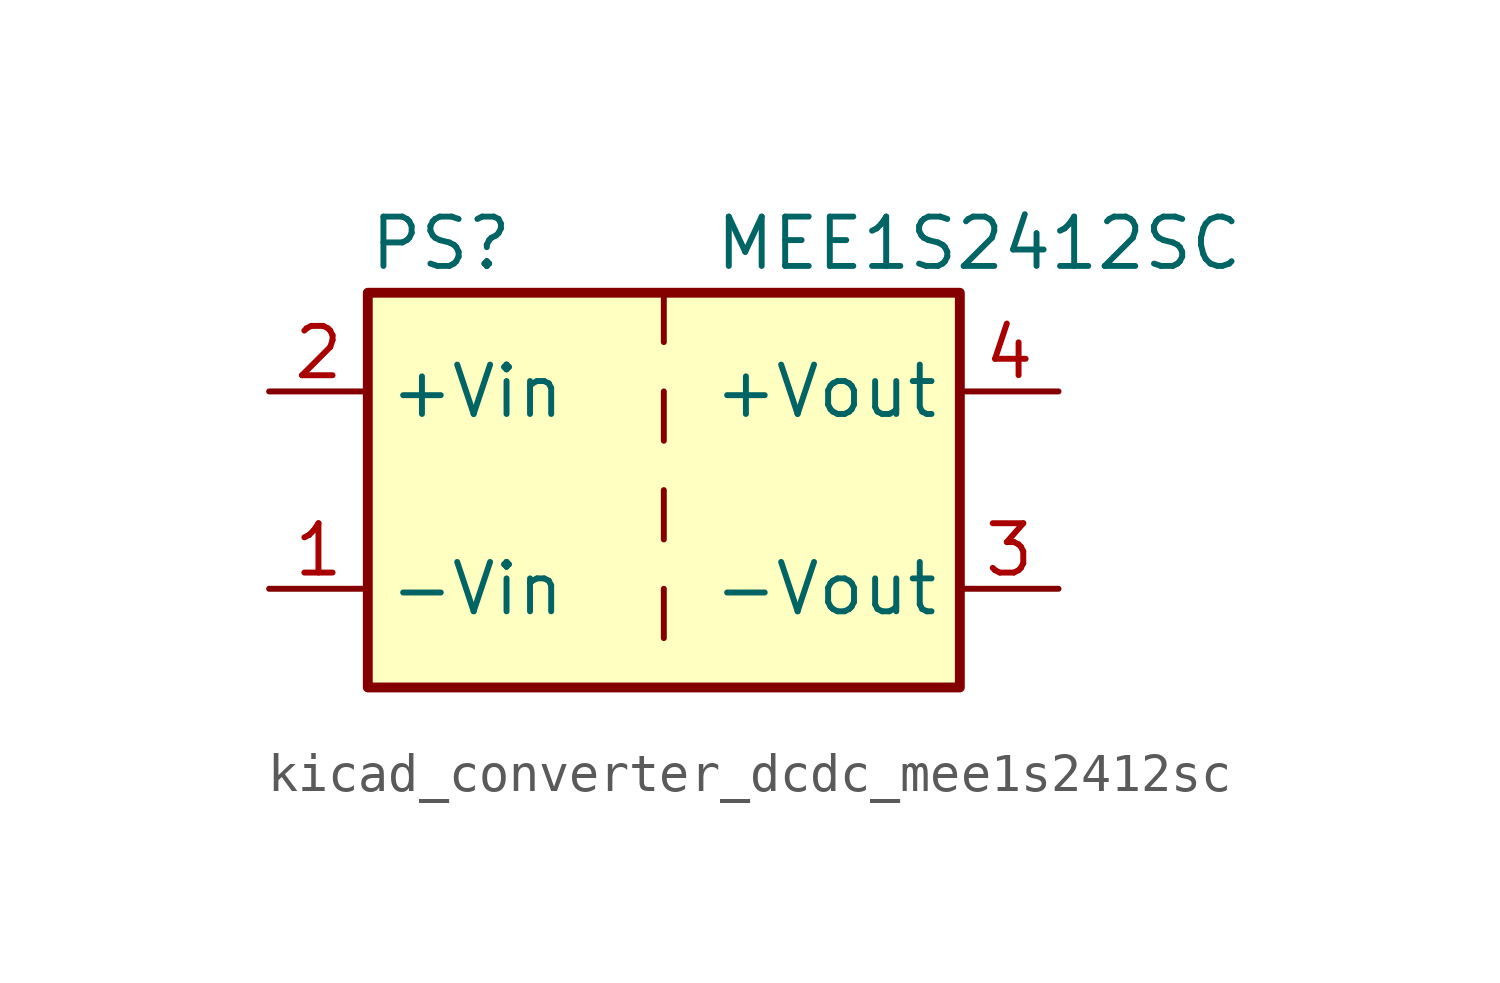
<source format=kicad_sym>
(kicad_symbol_lib
  (version 20220914)
  (generator kicad_symbol_editor)
  (symbol "kicad_converter_dcdc_mee1s2412sc"
    (property "Reference" "PS"
      (at -7.62 6.35 0)
      (effects (font (size 1.27 1.27)) (justify left)))
    (property "Value" "MEE1S2412SC"
      (at 1.27 6.35 0)
      (effects (font (size 1.27 1.27)) (justify left)))
    (symbol "kicad_converter_dcdc_mee1s2412sc_0_0"
      (pin power_in line (at -10.16 -2.54 0) (length 2.54) (name "-Vin" (effects (font (size 1.27 1.27)))) (number "1" (effects (font (size 1.27 1.27)))))
      (pin power_in line (at -10.16 2.54 0) (length 2.54) (name "+Vin" (effects (font (size 1.27 1.27)))) (number "2" (effects (font (size 1.27 1.27)))))
      (pin power_out line (at 10.16 -2.54 180) (length 2.54) (name "-Vout" (effects (font (size 1.27 1.27)))) (number "3" (effects (font (size 1.27 1.27)))))
      (pin power_out line (at 10.16 2.54 180) (length 2.54) (name "+Vout" (effects (font (size 1.27 1.27)))) (number "4" (effects (font (size 1.27 1.27))))))
    (symbol "kicad_converter_dcdc_mee1s2412sc_0_1"
      (rectangle (start -7.62 5.08) (end 7.62 -5.08) (stroke (width 0.254) (type default)) (fill (type background)))
      (polyline (pts (xy 0 -2.54) (xy 0 -3.81)) (stroke (width 0) (type default)) (fill (type none)))
      (polyline (pts (xy 0 0) (xy 0 -1.27)) (stroke (width 0) (type default)) (fill (type none)))
      (polyline (pts (xy 0 2.54) (xy 0 1.27)) (stroke (width 0) (type default)) (fill (type none)))
      (polyline (pts (xy 0 5.08) (xy 0 3.81)) (stroke (width 0) (type default)) (fill (type none))))))
</source>
